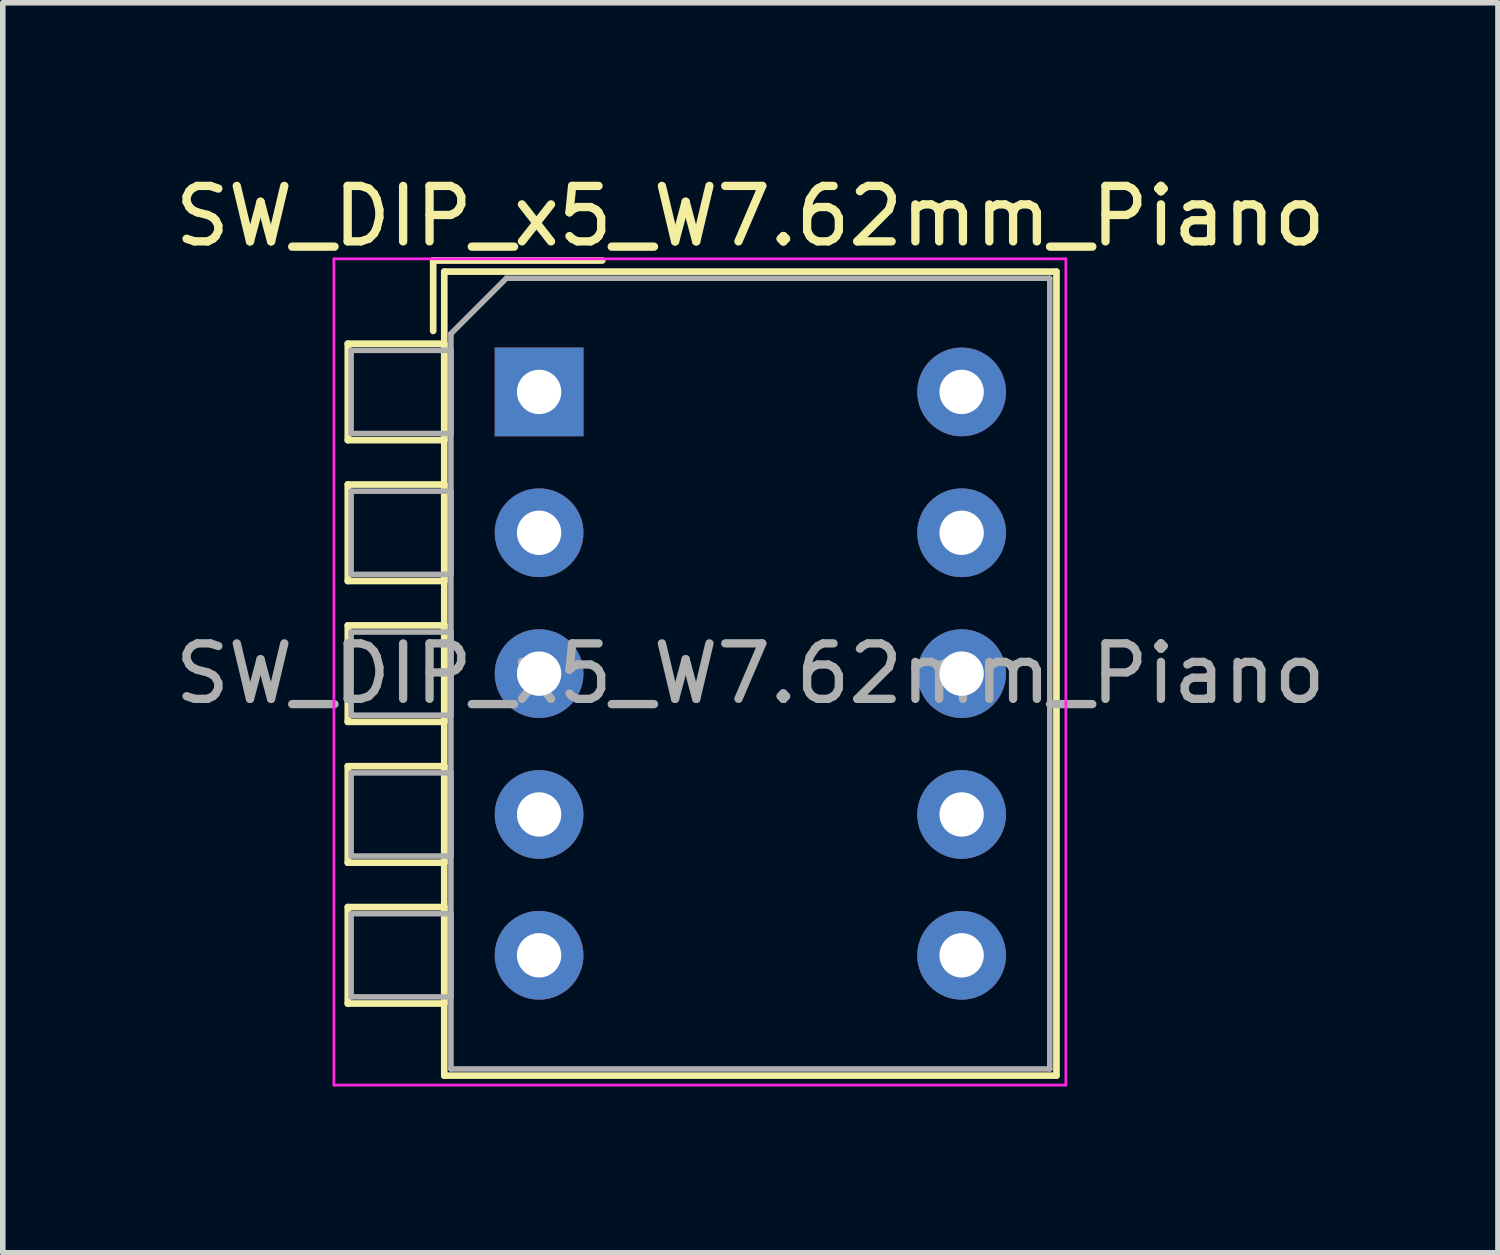
<source format=kicad_pcb>
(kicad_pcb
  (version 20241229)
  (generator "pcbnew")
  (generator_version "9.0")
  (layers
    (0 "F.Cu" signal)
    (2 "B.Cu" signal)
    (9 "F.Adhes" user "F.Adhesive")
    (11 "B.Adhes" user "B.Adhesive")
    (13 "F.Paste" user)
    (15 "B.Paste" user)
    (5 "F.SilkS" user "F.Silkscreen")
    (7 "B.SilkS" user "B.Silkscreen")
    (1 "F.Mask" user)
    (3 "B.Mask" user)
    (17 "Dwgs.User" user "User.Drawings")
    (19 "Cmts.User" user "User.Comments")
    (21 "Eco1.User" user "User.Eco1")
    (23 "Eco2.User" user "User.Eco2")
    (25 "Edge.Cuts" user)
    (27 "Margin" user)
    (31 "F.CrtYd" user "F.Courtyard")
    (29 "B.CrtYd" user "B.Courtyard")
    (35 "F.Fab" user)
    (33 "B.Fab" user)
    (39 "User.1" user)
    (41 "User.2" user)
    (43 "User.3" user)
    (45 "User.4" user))
  (footprint "SW_DIP_x5_W7.62mm_Piano"
    (layer "F.Cu")
    (at 6.672 4.018)
    (property "Reference" "SW_DIP_x5_W7.62mm_Piano" (at 3.81 -3.17 0) (layer "F.SilkS") (effects (font (size 1 1) (thickness 0.15))))
    (attr through_hole)
    (fp_line (start -3.45 -0.87) (end -3.45 0.87) (stroke (width 0.12) (type solid)) (layer "F.SilkS"))
    (fp_line (start -3.45 0.87) (end -1.71 0.87) (stroke (width 0.12) (type solid)) (layer "F.SilkS"))
    (fp_line (start -3.45 1.67) (end -3.45 3.41) (stroke (width 0.12) (type solid)) (layer "F.SilkS"))
    (fp_line (start -3.45 3.41) (end -1.71 3.41) (stroke (width 0.12) (type solid)) (layer "F.SilkS"))
    (fp_line (start -3.45 4.21) (end -3.45 5.95) (stroke (width 0.12) (type solid)) (layer "F.SilkS"))
    (fp_line (start -3.45 5.95) (end -1.71 5.95) (stroke (width 0.12) (type solid)) (layer "F.SilkS"))
    (fp_line (start -3.45 6.75) (end -3.45 8.49) (stroke (width 0.12) (type solid)) (layer "F.SilkS"))
    (fp_line (start -3.45 8.49) (end -1.71 8.49) (stroke (width 0.12) (type solid)) (layer "F.SilkS"))
    (fp_line (start -3.45 9.29) (end -3.45 11.03) (stroke (width 0.12) (type solid)) (layer "F.SilkS"))
    (fp_line (start -3.45 11.03) (end -1.71 11.03) (stroke (width 0.12) (type solid)) (layer "F.SilkS"))
    (fp_line (start -1.91 -2.37) (end -1.91 -1.1) (stroke (width 0.12) (type solid)) (layer "F.SilkS"))
    (fp_line (start -1.91 -2.37) (end 1.14 -2.37) (stroke (width 0.12) (type solid)) (layer "F.SilkS"))
    (fp_line (start -1.71 -2.17) (end 9.33 -2.17) (stroke (width 0.12) (type solid)) (layer "F.SilkS"))
    (fp_line (start -1.71 -0.87) (end -3.45 -0.87) (stroke (width 0.12) (type solid)) (layer "F.SilkS"))
    (fp_line (start -1.71 0.87) (end -1.71 -0.87) (stroke (width 0.12) (type solid)) (layer "F.SilkS"))
    (fp_line (start -1.71 1.67) (end -3.45 1.67) (stroke (width 0.12) (type solid)) (layer "F.SilkS"))
    (fp_line (start -1.71 3.41) (end -1.71 1.67) (stroke (width 0.12) (type solid)) (layer "F.SilkS"))
    (fp_line (start -1.71 4.21) (end -3.45 4.21) (stroke (width 0.12) (type solid)) (layer "F.SilkS"))
    (fp_line (start -1.71 5.95) (end -1.71 4.21) (stroke (width 0.12) (type solid)) (layer "F.SilkS"))
    (fp_line (start -1.71 6.75) (end -3.45 6.75) (stroke (width 0.12) (type solid)) (layer "F.SilkS"))
    (fp_line (start -1.71 8.49) (end -1.71 6.75) (stroke (width 0.12) (type solid)) (layer "F.SilkS"))
    (fp_line (start -1.71 9.29) (end -3.45 9.29) (stroke (width 0.12) (type solid)) (layer "F.SilkS"))
    (fp_line (start -1.71 11.03) (end -1.71 9.29) (stroke (width 0.12) (type solid)) (layer "F.SilkS"))
    (fp_line (start -1.71 12.33) (end -1.71 -2.17) (stroke (width 0.12) (type solid)) (layer "F.SilkS"))
    (fp_line (start 9.33 -2.17) (end 9.33 12.33) (stroke (width 0.12) (type solid)) (layer "F.SilkS"))
    (fp_line (start 9.33 12.33) (end -1.71 12.33) (stroke (width 0.12) (type solid)) (layer "F.SilkS"))
    (fp_line (start -3.7 -2.4) (end -3.7 12.5) (stroke (width 0.05) (type solid)) (layer "F.CrtYd"))
    (fp_line (start -3.7 12.5) (end 9.5 12.5) (stroke (width 0.05) (type solid)) (layer "F.CrtYd"))
    (fp_line (start 9.5 -2.4) (end -3.7 -2.4) (stroke (width 0.05) (type solid)) (layer "F.CrtYd"))
    (fp_line (start 9.5 12.5) (end 9.5 -2.4) (stroke (width 0.05) (type solid)) (layer "F.CrtYd"))
    (fp_line (start -3.39 -0.75) (end -1.59 -0.75) (stroke (width 0.1) (type solid)) (layer "F.Fab"))
    (fp_line (start -3.39 0.75) (end -3.39 -0.75) (stroke (width 0.1) (type solid)) (layer "F.Fab"))
    (fp_line (start -3.39 1.79) (end -1.59 1.79) (stroke (width 0.1) (type solid)) (layer "F.Fab"))
    (fp_line (start -3.39 3.29) (end -3.39 1.79) (stroke (width 0.1) (type solid)) (layer "F.Fab"))
    (fp_line (start -3.39 4.33) (end -1.59 4.33) (stroke (width 0.1) (type solid)) (layer "F.Fab"))
    (fp_line (start -3.39 5.83) (end -3.39 4.33) (stroke (width 0.1) (type solid)) (layer "F.Fab"))
    (fp_line (start -3.39 6.87) (end -1.59 6.87) (stroke (width 0.1) (type solid)) (layer "F.Fab"))
    (fp_line (start -3.39 8.37) (end -3.39 6.87) (stroke (width 0.1) (type solid)) (layer "F.Fab"))
    (fp_line (start -3.39 9.41) (end -1.59 9.41) (stroke (width 0.1) (type solid)) (layer "F.Fab"))
    (fp_line (start -3.39 10.91) (end -3.39 9.41) (stroke (width 0.1) (type solid)) (layer "F.Fab"))
    (fp_line (start -1.59 -1.05) (end -0.59 -2.05) (stroke (width 0.1) (type solid)) (layer "F.Fab"))
    (fp_line (start -1.59 -0.75) (end -1.59 0.75) (stroke (width 0.1) (type solid)) (layer "F.Fab"))
    (fp_line (start -1.59 0.75) (end -3.39 0.75) (stroke (width 0.1) (type solid)) (layer "F.Fab"))
    (fp_line (start -1.59 1.79) (end -1.59 3.29) (stroke (width 0.1) (type solid)) (layer "F.Fab"))
    (fp_line (start -1.59 3.29) (end -3.39 3.29) (stroke (width 0.1) (type solid)) (layer "F.Fab"))
    (fp_line (start -1.59 4.33) (end -1.59 5.83) (stroke (width 0.1) (type solid)) (layer "F.Fab"))
    (fp_line (start -1.59 5.83) (end -3.39 5.83) (stroke (width 0.1) (type solid)) (layer "F.Fab"))
    (fp_line (start -1.59 6.87) (end -1.59 8.37) (stroke (width 0.1) (type solid)) (layer "F.Fab"))
    (fp_line (start -1.59 8.37) (end -3.39 8.37) (stroke (width 0.1) (type solid)) (layer "F.Fab"))
    (fp_line (start -1.59 9.41) (end -1.59 10.91) (stroke (width 0.1) (type solid)) (layer "F.Fab"))
    (fp_line (start -1.59 10.91) (end -3.39 10.91) (stroke (width 0.1) (type solid)) (layer "F.Fab"))
    (fp_line (start -1.59 12.21) (end -1.59 -1.05) (stroke (width 0.1) (type solid)) (layer "F.Fab"))
    (fp_line (start -0.59 -2.05) (end 9.21 -2.05) (stroke (width 0.1) (type solid)) (layer "F.Fab"))
    (fp_line (start 9.21 -2.05) (end 9.21 12.21) (stroke (width 0.1) (type solid)) (layer "F.Fab"))
    (fp_line (start 9.21 12.21) (end -1.59 12.21) (stroke (width 0.1) (type solid)) (layer "F.Fab"))
    (fp_text user "${REFERENCE}" (at 3.81 5.08 0) (layer "F.Fab") (effects (font (size 1 1) (thickness 0.15))))
    (pad "1" thru_hole rect (at 0 0) (size 1.6 1.6) (drill 0.8) (layers "*.Cu" "*.Mask"))
    (pad "2" thru_hole oval (at 0 2.54) (size 1.6 1.6) (drill 0.8) (layers "*.Cu" "*.Mask"))
    (pad "3" thru_hole oval (at 0 5.08) (size 1.6 1.6) (drill 0.8) (layers "*.Cu" "*.Mask"))
    (pad "4" thru_hole oval (at 0 7.62) (size 1.6 1.6) (drill 0.8) (layers "*.Cu" "*.Mask"))
    (pad "5" thru_hole oval (at 0 10.16) (size 1.6 1.6) (drill 0.8) (layers "*.Cu" "*.Mask"))
    (pad "6" thru_hole oval (at 7.62 10.16) (size 1.6 1.6) (drill 0.8) (layers "*.Cu" "*.Mask"))
    (pad "7" thru_hole oval (at 7.62 7.62) (size 1.6 1.6) (drill 0.8) (layers "*.Cu" "*.Mask"))
    (pad "8" thru_hole oval (at 7.62 5.08) (size 1.6 1.6) (drill 0.8) (layers "*.Cu" "*.Mask"))
    (pad "9" thru_hole oval (at 7.62 2.54) (size 1.6 1.6) (drill 0.8) (layers "*.Cu" "*.Mask"))
    (pad "10" thru_hole oval (at 7.62 0) (size 1.6 1.6) (drill 0.8) (layers "*.Cu" "*.Mask")))
  (gr_rect
    (start -3 -3)
    (end 23.964 19.543)
    (stroke (width 0.1) (type default))
    (fill no)
    (layer "Edge.Cuts")))
</source>
